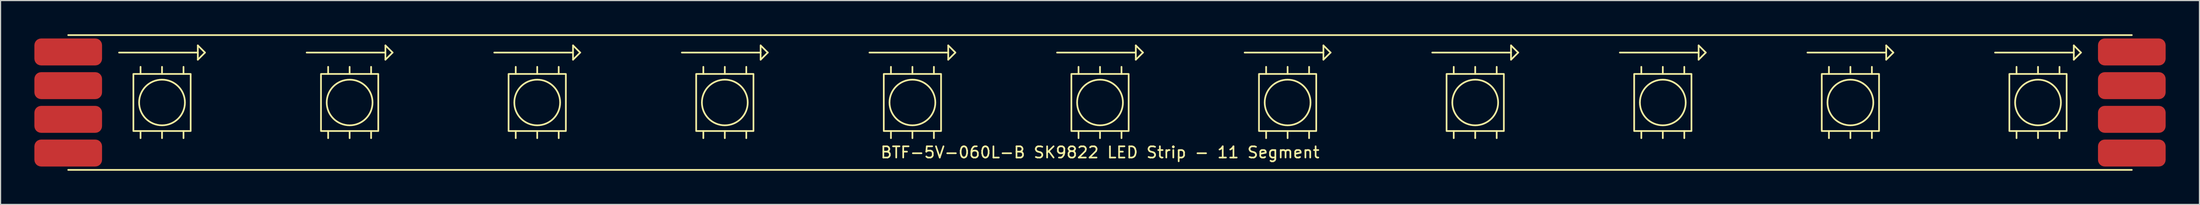
<source format=kicad_pcb>
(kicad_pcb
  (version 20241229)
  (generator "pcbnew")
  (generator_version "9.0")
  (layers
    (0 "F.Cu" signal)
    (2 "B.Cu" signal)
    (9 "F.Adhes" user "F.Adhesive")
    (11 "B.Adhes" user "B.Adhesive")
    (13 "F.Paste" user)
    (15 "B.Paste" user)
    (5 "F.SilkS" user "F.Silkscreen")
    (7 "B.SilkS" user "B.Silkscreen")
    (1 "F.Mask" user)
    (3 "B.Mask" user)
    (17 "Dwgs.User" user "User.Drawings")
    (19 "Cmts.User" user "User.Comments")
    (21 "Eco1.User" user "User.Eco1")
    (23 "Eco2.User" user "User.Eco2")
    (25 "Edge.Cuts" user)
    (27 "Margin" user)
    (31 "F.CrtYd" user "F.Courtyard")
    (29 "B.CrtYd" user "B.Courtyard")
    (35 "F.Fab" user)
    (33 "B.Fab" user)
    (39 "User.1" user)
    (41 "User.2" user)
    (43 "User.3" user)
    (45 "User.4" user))
  (footprint "BTF-5V-060L-B SK9822 LED Strip - 11 Segment"
    (layer "F.Cu")
    (at 94.5 6.075)
    (property "Reference" "BTF-5V-060L-B SK9822 LED Strip - 11 Segment" (at 0 4.445 0) (unlocked yes) (layer "F.SilkS") (effects (font (size 1 1) (thickness 0.15))))
    (attr smd)
    (fp_line (start -91.5 -6) (end 91.5 -6) (stroke (width 0.15) (type solid)) (layer "F.SilkS"))
    (fp_line (start -86.992 -4.445) (end -80.007 -4.445) (stroke (width 0.15) (type solid)) (layer "F.SilkS"))
    (fp_line (start -85.087 -3.175) (end -85.087 -2.54) (stroke (width 0.15) (type solid)) (layer "F.SilkS"))
    (fp_line (start -85.087 3.175) (end -85.087 2.54) (stroke (width 0.15) (type solid)) (layer "F.SilkS"))
    (fp_line (start -83.182 -3.175) (end -83.182 -2.54) (stroke (width 0.15) (type solid)) (layer "F.SilkS"))
    (fp_line (start -83.182 3.175) (end -83.182 2.54) (stroke (width 0.15) (type solid)) (layer "F.SilkS"))
    (fp_line (start -81.277 -3.175) (end -81.277 -2.54) (stroke (width 0.15) (type solid)) (layer "F.SilkS"))
    (fp_line (start -81.277 3.175) (end -81.277 2.54) (stroke (width 0.15) (type solid)) (layer "F.SilkS"))
    (fp_line (start -80.007 -5.08) (end -79.372 -4.445) (stroke (width 0.15) (type solid)) (layer "F.SilkS"))
    (fp_line (start -80.007 -4.445) (end -80.007 -5.08) (stroke (width 0.15) (type solid)) (layer "F.SilkS"))
    (fp_line (start -80.007 -3.81) (end -80.007 -4.445) (stroke (width 0.15) (type solid)) (layer "F.SilkS"))
    (fp_line (start -79.372 -4.445) (end -80.007 -3.81) (stroke (width 0.15) (type solid)) (layer "F.SilkS"))
    (fp_line (start -70.355 -4.445) (end -63.37 -4.445) (stroke (width 0.15) (type solid)) (layer "F.SilkS"))
    (fp_line (start -68.45 -3.175) (end -68.45 -2.54) (stroke (width 0.15) (type solid)) (layer "F.SilkS"))
    (fp_line (start -68.45 3.175) (end -68.45 2.54) (stroke (width 0.15) (type solid)) (layer "F.SilkS"))
    (fp_line (start -66.545 -3.175) (end -66.545 -2.54) (stroke (width 0.15) (type solid)) (layer "F.SilkS"))
    (fp_line (start -66.545 3.175) (end -66.545 2.54) (stroke (width 0.15) (type solid)) (layer "F.SilkS"))
    (fp_line (start -64.64 -3.175) (end -64.64 -2.54) (stroke (width 0.15) (type solid)) (layer "F.SilkS"))
    (fp_line (start -64.64 3.175) (end -64.64 2.54) (stroke (width 0.15) (type solid)) (layer "F.SilkS"))
    (fp_line (start -63.37 -5.08) (end -62.735 -4.445) (stroke (width 0.15) (type solid)) (layer "F.SilkS"))
    (fp_line (start -63.37 -4.445) (end -63.37 -5.08) (stroke (width 0.15) (type solid)) (layer "F.SilkS"))
    (fp_line (start -63.37 -3.81) (end -63.37 -4.445) (stroke (width 0.15) (type solid)) (layer "F.SilkS"))
    (fp_line (start -62.735 -4.445) (end -63.37 -3.81) (stroke (width 0.15) (type solid)) (layer "F.SilkS"))
    (fp_line (start -53.719 -4.445) (end -46.734 -4.445) (stroke (width 0.15) (type solid)) (layer "F.SilkS"))
    (fp_line (start -51.814 -3.175) (end -51.814 -2.54) (stroke (width 0.15) (type solid)) (layer "F.SilkS"))
    (fp_line (start -51.814 3.175) (end -51.814 2.54) (stroke (width 0.15) (type solid)) (layer "F.SilkS"))
    (fp_line (start -49.909 -3.175) (end -49.909 -2.54) (stroke (width 0.15) (type solid)) (layer "F.SilkS"))
    (fp_line (start -49.909 3.175) (end -49.909 2.54) (stroke (width 0.15) (type solid)) (layer "F.SilkS"))
    (fp_line (start -48.004 -3.175) (end -48.004 -2.54) (stroke (width 0.15) (type solid)) (layer "F.SilkS"))
    (fp_line (start -48.004 3.175) (end -48.004 2.54) (stroke (width 0.15) (type solid)) (layer "F.SilkS"))
    (fp_line (start -46.734 -5.08) (end -46.099 -4.445) (stroke (width 0.15) (type solid)) (layer "F.SilkS"))
    (fp_line (start -46.734 -4.445) (end -46.734 -5.08) (stroke (width 0.15) (type solid)) (layer "F.SilkS"))
    (fp_line (start -46.734 -3.81) (end -46.734 -4.445) (stroke (width 0.15) (type solid)) (layer "F.SilkS"))
    (fp_line (start -46.099 -4.445) (end -46.734 -3.81) (stroke (width 0.15) (type solid)) (layer "F.SilkS"))
    (fp_line (start -37.083 -4.445) (end -30.098 -4.445) (stroke (width 0.15) (type solid)) (layer "F.SilkS"))
    (fp_line (start -35.178 -3.175) (end -35.178 -2.54) (stroke (width 0.15) (type solid)) (layer "F.SilkS"))
    (fp_line (start -35.178 3.175) (end -35.178 2.54) (stroke (width 0.15) (type solid)) (layer "F.SilkS"))
    (fp_line (start -33.273 -3.175) (end -33.273 -2.54) (stroke (width 0.15) (type solid)) (layer "F.SilkS"))
    (fp_line (start -33.273 3.175) (end -33.273 2.54) (stroke (width 0.15) (type solid)) (layer "F.SilkS"))
    (fp_line (start -31.368 -3.175) (end -31.368 -2.54) (stroke (width 0.15) (type solid)) (layer "F.SilkS"))
    (fp_line (start -31.368 3.175) (end -31.368 2.54) (stroke (width 0.15) (type solid)) (layer "F.SilkS"))
    (fp_line (start -30.098 -5.08) (end -29.463 -4.445) (stroke (width 0.15) (type solid)) (layer "F.SilkS"))
    (fp_line (start -30.098 -4.445) (end -30.098 -5.08) (stroke (width 0.15) (type solid)) (layer "F.SilkS"))
    (fp_line (start -30.098 -3.81) (end -30.098 -4.445) (stroke (width 0.15) (type solid)) (layer "F.SilkS"))
    (fp_line (start -29.463 -4.445) (end -30.098 -3.81) (stroke (width 0.15) (type solid)) (layer "F.SilkS"))
    (fp_line (start -20.446 -4.445) (end -13.461 -4.445) (stroke (width 0.15) (type solid)) (layer "F.SilkS"))
    (fp_line (start -18.541 -3.175) (end -18.541 -2.54) (stroke (width 0.15) (type solid)) (layer "F.SilkS"))
    (fp_line (start -18.541 3.175) (end -18.541 2.54) (stroke (width 0.15) (type solid)) (layer "F.SilkS"))
    (fp_line (start -16.636 -3.175) (end -16.636 -2.54) (stroke (width 0.15) (type solid)) (layer "F.SilkS"))
    (fp_line (start -16.636 3.175) (end -16.636 2.54) (stroke (width 0.15) (type solid)) (layer "F.SilkS"))
    (fp_line (start -14.731 -3.175) (end -14.731 -2.54) (stroke (width 0.15) (type solid)) (layer "F.SilkS"))
    (fp_line (start -14.731 3.175) (end -14.731 2.54) (stroke (width 0.15) (type solid)) (layer "F.SilkS"))
    (fp_line (start -13.461 -5.08) (end -12.826 -4.445) (stroke (width 0.15) (type solid)) (layer "F.SilkS"))
    (fp_line (start -13.461 -4.445) (end -13.461 -5.08) (stroke (width 0.15) (type solid)) (layer "F.SilkS"))
    (fp_line (start -13.461 -3.81) (end -13.461 -4.445) (stroke (width 0.15) (type solid)) (layer "F.SilkS"))
    (fp_line (start -12.826 -4.445) (end -13.461 -3.81) (stroke (width 0.15) (type solid)) (layer "F.SilkS"))
    (fp_line (start -3.81 -4.445) (end 3.175 -4.445) (stroke (width 0.15) (type solid)) (layer "F.SilkS"))
    (fp_line (start -1.905 -3.175) (end -1.905 -2.54) (stroke (width 0.15) (type solid)) (layer "F.SilkS"))
    (fp_line (start -1.905 3.175) (end -1.905 2.54) (stroke (width 0.15) (type solid)) (layer "F.SilkS"))
    (fp_line (start 0 -3.175) (end 0 -2.54) (stroke (width 0.15) (type solid)) (layer "F.SilkS"))
    (fp_line (start 0 3.175) (end 0 2.54) (stroke (width 0.15) (type solid)) (layer "F.SilkS"))
    (fp_line (start 1.905 -3.175) (end 1.905 -2.54) (stroke (width 0.15) (type solid)) (layer "F.SilkS"))
    (fp_line (start 1.905 3.175) (end 1.905 2.54) (stroke (width 0.15) (type solid)) (layer "F.SilkS"))
    (fp_line (start 3.175 -5.08) (end 3.81 -4.445) (stroke (width 0.15) (type solid)) (layer "F.SilkS"))
    (fp_line (start 3.175 -4.445) (end 3.175 -5.08) (stroke (width 0.15) (type solid)) (layer "F.SilkS"))
    (fp_line (start 3.175 -3.81) (end 3.175 -4.445) (stroke (width 0.15) (type solid)) (layer "F.SilkS"))
    (fp_line (start 3.81 -4.445) (end 3.175 -3.81) (stroke (width 0.15) (type solid)) (layer "F.SilkS"))
    (fp_line (start 12.826 -4.445) (end 19.811 -4.445) (stroke (width 0.15) (type solid)) (layer "F.SilkS"))
    (fp_line (start 14.731 -3.175) (end 14.731 -2.54) (stroke (width 0.15) (type solid)) (layer "F.SilkS"))
    (fp_line (start 14.731 3.175) (end 14.731 2.54) (stroke (width 0.15) (type solid)) (layer "F.SilkS"))
    (fp_line (start 16.636 -3.175) (end 16.636 -2.54) (stroke (width 0.15) (type solid)) (layer "F.SilkS"))
    (fp_line (start 16.636 3.175) (end 16.636 2.54) (stroke (width 0.15) (type solid)) (layer "F.SilkS"))
    (fp_line (start 18.541 -3.175) (end 18.541 -2.54) (stroke (width 0.15) (type solid)) (layer "F.SilkS"))
    (fp_line (start 18.541 3.175) (end 18.541 2.54) (stroke (width 0.15) (type solid)) (layer "F.SilkS"))
    (fp_line (start 19.811 -5.08) (end 20.446 -4.445) (stroke (width 0.15) (type solid)) (layer "F.SilkS"))
    (fp_line (start 19.811 -4.445) (end 19.811 -5.08) (stroke (width 0.15) (type solid)) (layer "F.SilkS"))
    (fp_line (start 19.811 -3.81) (end 19.811 -4.445) (stroke (width 0.15) (type solid)) (layer "F.SilkS"))
    (fp_line (start 20.446 -4.445) (end 19.811 -3.81) (stroke (width 0.15) (type solid)) (layer "F.SilkS"))
    (fp_line (start 29.463 -4.445) (end 36.448 -4.445) (stroke (width 0.15) (type solid)) (layer "F.SilkS"))
    (fp_line (start 31.368 -3.175) (end 31.368 -2.54) (stroke (width 0.15) (type solid)) (layer "F.SilkS"))
    (fp_line (start 31.368 3.175) (end 31.368 2.54) (stroke (width 0.15) (type solid)) (layer "F.SilkS"))
    (fp_line (start 33.273 -3.175) (end 33.273 -2.54) (stroke (width 0.15) (type solid)) (layer "F.SilkS"))
    (fp_line (start 33.273 3.175) (end 33.273 2.54) (stroke (width 0.15) (type solid)) (layer "F.SilkS"))
    (fp_line (start 35.178 -3.175) (end 35.178 -2.54) (stroke (width 0.15) (type solid)) (layer "F.SilkS"))
    (fp_line (start 35.178 3.175) (end 35.178 2.54) (stroke (width 0.15) (type solid)) (layer "F.SilkS"))
    (fp_line (start 36.448 -5.08) (end 37.083 -4.445) (stroke (width 0.15) (type solid)) (layer "F.SilkS"))
    (fp_line (start 36.448 -4.445) (end 36.448 -5.08) (stroke (width 0.15) (type solid)) (layer "F.SilkS"))
    (fp_line (start 36.448 -3.81) (end 36.448 -4.445) (stroke (width 0.15) (type solid)) (layer "F.SilkS"))
    (fp_line (start 37.083 -4.445) (end 36.448 -3.81) (stroke (width 0.15) (type solid)) (layer "F.SilkS"))
    (fp_line (start 46.099 -4.445) (end 53.084 -4.445) (stroke (width 0.15) (type solid)) (layer "F.SilkS"))
    (fp_line (start 48.004 -3.175) (end 48.004 -2.54) (stroke (width 0.15) (type solid)) (layer "F.SilkS"))
    (fp_line (start 48.004 3.175) (end 48.004 2.54) (stroke (width 0.15) (type solid)) (layer "F.SilkS"))
    (fp_line (start 49.909 -3.175) (end 49.909 -2.54) (stroke (width 0.15) (type solid)) (layer "F.SilkS"))
    (fp_line (start 49.909 3.175) (end 49.909 2.54) (stroke (width 0.15) (type solid)) (layer "F.SilkS"))
    (fp_line (start 51.814 -3.175) (end 51.814 -2.54) (stroke (width 0.15) (type solid)) (layer "F.SilkS"))
    (fp_line (start 51.814 3.175) (end 51.814 2.54) (stroke (width 0.15) (type solid)) (layer "F.SilkS"))
    (fp_line (start 53.084 -5.08) (end 53.719 -4.445) (stroke (width 0.15) (type solid)) (layer "F.SilkS"))
    (fp_line (start 53.084 -4.445) (end 53.084 -5.08) (stroke (width 0.15) (type solid)) (layer "F.SilkS"))
    (fp_line (start 53.084 -3.81) (end 53.084 -4.445) (stroke (width 0.15) (type solid)) (layer "F.SilkS"))
    (fp_line (start 53.719 -4.445) (end 53.084 -3.81) (stroke (width 0.15) (type solid)) (layer "F.SilkS"))
    (fp_line (start 62.735 -4.445) (end 69.72 -4.445) (stroke (width 0.15) (type solid)) (layer "F.SilkS"))
    (fp_line (start 64.64 -3.175) (end 64.64 -2.54) (stroke (width 0.15) (type solid)) (layer "F.SilkS"))
    (fp_line (start 64.64 3.175) (end 64.64 2.54) (stroke (width 0.15) (type solid)) (layer "F.SilkS"))
    (fp_line (start 66.545 -3.175) (end 66.545 -2.54) (stroke (width 0.15) (type solid)) (layer "F.SilkS"))
    (fp_line (start 66.545 3.175) (end 66.545 2.54) (stroke (width 0.15) (type solid)) (layer "F.SilkS"))
    (fp_line (start 68.45 -3.175) (end 68.45 -2.54) (stroke (width 0.15) (type solid)) (layer "F.SilkS"))
    (fp_line (start 68.45 3.175) (end 68.45 2.54) (stroke (width 0.15) (type solid)) (layer "F.SilkS"))
    (fp_line (start 69.72 -5.08) (end 70.355 -4.445) (stroke (width 0.15) (type solid)) (layer "F.SilkS"))
    (fp_line (start 69.72 -4.445) (end 69.72 -5.08) (stroke (width 0.15) (type solid)) (layer "F.SilkS"))
    (fp_line (start 69.72 -3.81) (end 69.72 -4.445) (stroke (width 0.15) (type solid)) (layer "F.SilkS"))
    (fp_line (start 70.355 -4.445) (end 69.72 -3.81) (stroke (width 0.15) (type solid)) (layer "F.SilkS"))
    (fp_line (start 79.372 -4.445) (end 86.357 -4.445) (stroke (width 0.15) (type solid)) (layer "F.SilkS"))
    (fp_line (start 81.277 -3.175) (end 81.277 -2.54) (stroke (width 0.15) (type solid)) (layer "F.SilkS"))
    (fp_line (start 81.277 3.175) (end 81.277 2.54) (stroke (width 0.15) (type solid)) (layer "F.SilkS"))
    (fp_line (start 83.182 -3.175) (end 83.182 -2.54) (stroke (width 0.15) (type solid)) (layer "F.SilkS"))
    (fp_line (start 83.182 3.175) (end 83.182 2.54) (stroke (width 0.15) (type solid)) (layer "F.SilkS"))
    (fp_line (start 85.087 -3.175) (end 85.087 -2.54) (stroke (width 0.15) (type solid)) (layer "F.SilkS"))
    (fp_line (start 85.087 3.175) (end 85.087 2.54) (stroke (width 0.15) (type solid)) (layer "F.SilkS"))
    (fp_line (start 86.357 -5.08) (end 86.992 -4.445) (stroke (width 0.15) (type solid)) (layer "F.SilkS"))
    (fp_line (start 86.357 -4.445) (end 86.357 -5.08) (stroke (width 0.15) (type solid)) (layer "F.SilkS"))
    (fp_line (start 86.357 -3.81) (end 86.357 -4.445) (stroke (width 0.15) (type solid)) (layer "F.SilkS"))
    (fp_line (start 86.992 -4.445) (end 86.357 -3.81) (stroke (width 0.15) (type solid)) (layer "F.SilkS"))
    (fp_line (start 91.5 6) (end -91.5 6) (stroke (width 0.15) (type solid)) (layer "F.SilkS"))
    (fp_rect (start -85.722 2.54) (end -80.642 -2.54) (stroke (width 0.15) (type solid)) (fill no) (layer "F.SilkS"))
    (fp_rect (start -69.085 2.54) (end -64.005 -2.54) (stroke (width 0.15) (type solid)) (fill no) (layer "F.SilkS"))
    (fp_rect (start -52.449 2.54) (end -47.369 -2.54) (stroke (width 0.15) (type solid)) (fill no) (layer "F.SilkS"))
    (fp_rect (start -35.813 2.54) (end -30.733 -2.54) (stroke (width 0.15) (type solid)) (fill no) (layer "F.SilkS"))
    (fp_rect (start -19.176 2.54) (end -14.096 -2.54) (stroke (width 0.15) (type solid)) (fill no) (layer "F.SilkS"))
    (fp_rect (start -2.54 2.54) (end 2.54 -2.54) (stroke (width 0.15) (type solid)) (fill no) (layer "F.SilkS"))
    (fp_rect (start 14.096 2.54) (end 19.176 -2.54) (stroke (width 0.15) (type solid)) (fill no) (layer "F.SilkS"))
    (fp_rect (start 30.733 2.54) (end 35.813 -2.54) (stroke (width 0.15) (type solid)) (fill no) (layer "F.SilkS"))
    (fp_rect (start 47.369 2.54) (end 52.449 -2.54) (stroke (width 0.15) (type solid)) (fill no) (layer "F.SilkS"))
    (fp_rect (start 64.005 2.54) (end 69.085 -2.54) (stroke (width 0.15) (type solid)) (fill no) (layer "F.SilkS"))
    (fp_rect (start 80.642 2.54) (end 85.722 -2.54) (stroke (width 0.15) (type solid)) (fill no) (layer "F.SilkS"))
    (fp_circle (center -83.182 0) (end -81.15 0) (stroke (width 0.15) (type solid)) (fill no) (layer "F.SilkS"))
    (fp_circle (center -66.545 0) (end -64.513 0) (stroke (width 0.15) (type solid)) (fill no) (layer "F.SilkS"))
    (fp_circle (center -49.909 0) (end -47.877 0) (stroke (width 0.15) (type solid)) (fill no) (layer "F.SilkS"))
    (fp_circle (center -33.273 0) (end -31.241 0) (stroke (width 0.15) (type solid)) (fill no) (layer "F.SilkS"))
    (fp_circle (center -16.636 0) (end -14.604 0) (stroke (width 0.15) (type solid)) (fill no) (layer "F.SilkS"))
    (fp_circle (center 0 0) (end 2.032 0) (stroke (width 0.15) (type solid)) (fill no) (layer "F.SilkS"))
    (fp_circle (center 16.636 0) (end 18.668 0) (stroke (width 0.15) (type solid)) (fill no) (layer "F.SilkS"))
    (fp_circle (center 33.273 0) (end 35.305 0) (stroke (width 0.15) (type solid)) (fill no) (layer "F.SilkS"))
    (fp_circle (center 49.909 0) (end 51.941 0) (stroke (width 0.15) (type solid)) (fill no) (layer "F.SilkS"))
    (fp_circle (center 66.545 0) (end 68.577 0) (stroke (width 0.15) (type solid)) (fill no) (layer "F.SilkS"))
    (fp_circle (center 83.182 0) (end 85.214 0) (stroke (width 0.15) (type solid)) (fill no) (layer "F.SilkS"))
    (pad "5V_1" smd roundrect (at -91.5 4.5) (size 6 2.4) (layers "F.Cu" "F.Mask" "F.Paste") (roundrect_rratio 0.25))
    (pad "5V_2" smd roundrect (at 91.5 4.5) (size 6 2.4) (layers "F.Cu" "F.Mask" "F.Paste") (roundrect_rratio 0.25))
    (pad "CI" smd roundrect (at -91.5 -1.5) (size 6 2.4) (layers "F.Cu" "F.Mask" "F.Paste") (roundrect_rratio 0.25))
    (pad "CO" smd roundrect (at 91.5 -1.5) (size 6 2.4) (layers "F.Cu" "F.Mask" "F.Paste") (roundrect_rratio 0.25))
    (pad "DI" smd roundrect (at -91.5 1.5) (size 6 2.4) (layers "F.Cu" "F.Mask" "F.Paste") (roundrect_rratio 0.25))
    (pad "DO" smd roundrect (at 91.5 1.5) (size 6 2.4) (layers "F.Cu" "F.Mask" "F.Paste") (roundrect_rratio 0.25))
    (pad "GND_1" smd roundrect (at -91.5 -4.5) (size 6 2.4) (layers "F.Cu" "F.Mask" "F.Paste") (roundrect_rratio 0.25))
    (pad "GND_2" smd roundrect (at 91.5 -4.5) (size 6 2.4) (layers "F.Cu" "F.Mask" "F.Paste") (roundrect_rratio 0.25)))
  (gr_rect
    (start -3 -3)
    (end 192 15.15)
    (stroke (width 0.1) (type default))
    (fill no)
    (layer "Edge.Cuts")))
</source>
